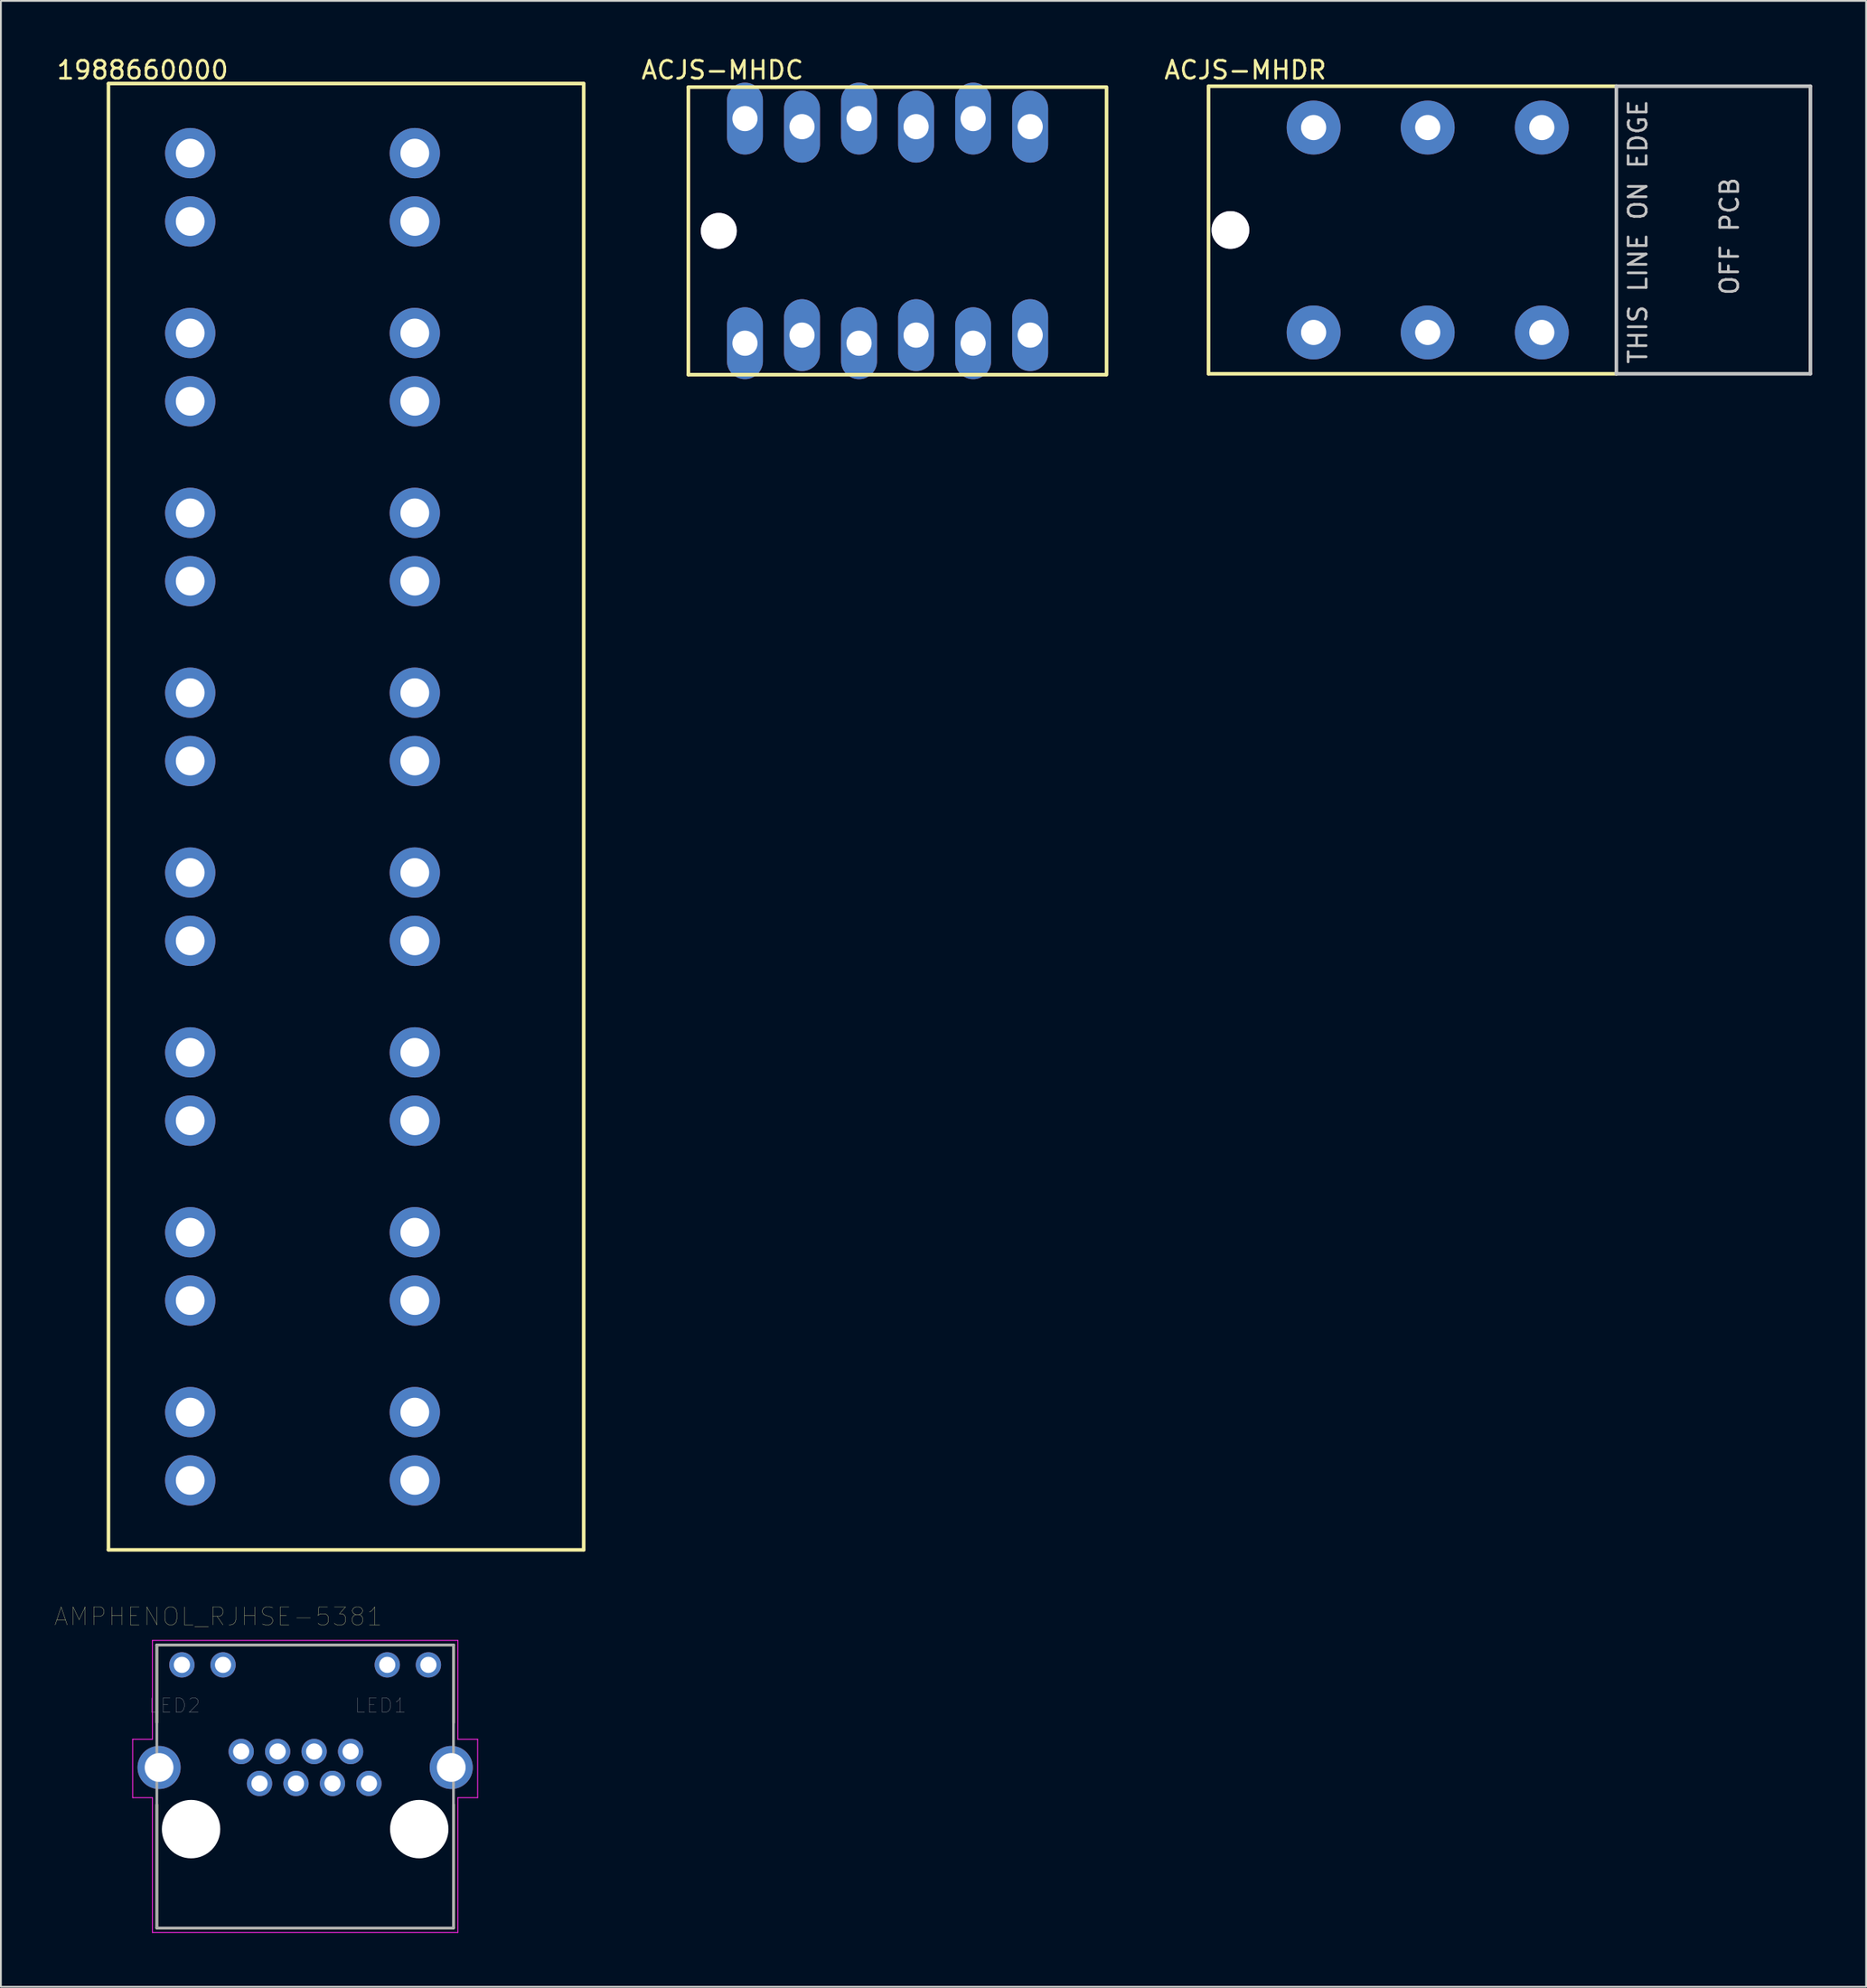
<source format=kicad_pcb>
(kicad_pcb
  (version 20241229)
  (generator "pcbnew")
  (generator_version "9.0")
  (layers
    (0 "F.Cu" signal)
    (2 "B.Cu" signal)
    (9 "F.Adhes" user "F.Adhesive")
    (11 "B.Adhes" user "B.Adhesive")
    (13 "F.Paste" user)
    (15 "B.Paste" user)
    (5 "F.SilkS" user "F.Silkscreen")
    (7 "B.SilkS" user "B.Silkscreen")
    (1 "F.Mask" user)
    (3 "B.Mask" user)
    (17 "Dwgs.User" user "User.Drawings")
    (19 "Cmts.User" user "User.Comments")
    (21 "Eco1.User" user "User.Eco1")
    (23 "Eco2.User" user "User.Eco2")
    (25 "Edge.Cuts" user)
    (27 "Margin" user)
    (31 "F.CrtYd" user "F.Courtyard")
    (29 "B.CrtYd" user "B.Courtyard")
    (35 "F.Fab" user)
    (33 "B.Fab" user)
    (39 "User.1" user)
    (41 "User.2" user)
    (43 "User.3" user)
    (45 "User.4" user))
  (footprint "ACJS-MHDC"
    (layer "F.Cu")
    (at 44.762 9.798)
    (property "Reference" "ACJS-MHDC" (at -7.6 -8.95 0) (layer "F.SilkS") (effects (font (size 1 1) (thickness 0.15))))
    (attr through_hole)
    (fp_line (start -9.5 -8) (end -9.5 8) (stroke (width 0.2) (type solid)) (layer "F.SilkS"))
    (fp_line (start 13.75 -8) (end -9.5 -8) (stroke (width 0.2) (type solid)) (layer "F.SilkS"))
    (fp_line (start 13.75 8) (end -9.5 8) (stroke (width 0.2) (type solid)) (layer "F.SilkS"))
    (fp_line (start 13.775 -8) (end 13.775 8) (stroke (width 0.2) (type solid)) (layer "F.SilkS"))
    (pad "1" thru_hole oval (at 9.525 5.8 270) (size 4 2) (drill 1.4) (layers "*.Cu" "*.Mask"))
    (pad "2" thru_hole oval (at 3.175 5.8 270) (size 4 2) (drill 1.4) (layers "*.Cu" "*.Mask"))
    (pad "3" thru_hole oval (at -3.175 5.8 270) (size 4 2) (drill 1.4) (layers "*.Cu" "*.Mask"))
    (pad "4" thru_hole oval (at 9.525 -5.8 270) (size 4 2) (drill 1.4) (layers "*.Cu" "*.Mask"))
    (pad "5" thru_hole oval (at 3.175 -5.8 270) (size 4 2) (drill 1.4) (layers "*.Cu" "*.Mask"))
    (pad "6" thru_hole oval (at -3.175 -5.8 270) (size 4 2) (drill 1.4) (layers "*.Cu" "*.Mask"))
    (pad "7" thru_hole oval (at 6.35 6.25 270) (size 4 2) (drill 1.4) (layers "*.Cu" "*.Mask"))
    (pad "8" thru_hole oval (at 0 6.25 270) (size 4 2) (drill 1.4) (layers "*.Cu" "*.Mask"))
    (pad "9" thru_hole oval (at -6.35 6.25 270) (size 4 2) (drill 1.4) (layers "*.Cu" "*.Mask"))
    (pad "10" thru_hole oval (at 6.35 -6.25 270) (size 4 2) (drill 1.4) (layers "*.Cu" "*.Mask"))
    (pad "11" thru_hole oval (at 0 -6.25 270) (size 4 2) (drill 1.4) (layers "*.Cu" "*.Mask"))
    (pad "12" thru_hole oval (at -6.35 -6.25 270) (size 4 2) (drill 1.4) (layers "*.Cu" "*.Mask"))
    (pad "13" thru_hole oval (at -7.805 0 270) (size 2 2) (drill 2) (layers "*.Cu" "*.Mask")))
  (footprint "ACJS-MHDR"
    (layer "F.Cu")
    (at 76.412 9.748)
    (property "Reference" "ACJS-MHDR" (at -10.15 -8.9 0) (layer "F.SilkS") (effects (font (size 1 1) (thickness 0.15))))
    (attr through_hole)
    (fp_line (start -12.2 -8) (end 10.5 -8) (stroke (width 0.2) (type solid)) (layer "F.SilkS"))
    (fp_line (start -12.2 8) (end -12.2 -8) (stroke (width 0.2) (type solid)) (layer "F.SilkS"))
    (fp_line (start -12.2 8) (end 10.5 8) (stroke (width 0.2) (type solid)) (layer "F.SilkS"))
    (fp_line (start 10.5 -8) (end 10.5 8) (stroke (width 0.2) (type solid)) (layer "Dwgs.User"))
    (fp_line (start 10.5 -8) (end 21.3 -8) (stroke (width 0.2) (type solid)) (layer "Dwgs.User"))
    (fp_line (start 10.5 8) (end 21.3 8) (stroke (width 0.2) (type solid)) (layer "Dwgs.User"))
    (fp_line (start 21.3 -8) (end 21.3 8) (stroke (width 0.2) (type solid)) (layer "Dwgs.User"))
    (fp_text user "OFF PCB" (at 16.8 0.35 90) (layer "Dwgs.User") (effects (font (size 1 1) (thickness 0.15))))
    (fp_text user "THIS LINE ON EDGE" (at 11.7 0.1 90) (layer "Dwgs.User") (effects (font (size 1 1) (thickness 0.15))))
    (pad "1" thru_hole circle (at 6.35 5.7) (size 3 3) (drill 1.4) (layers "*.Cu" "*.Mask"))
    (pad "2" thru_hole circle (at 0 5.7) (size 3 3) (drill 1.4) (layers "*.Cu" "*.Mask"))
    (pad "3" thru_hole circle (at -6.35 5.7) (size 3 3) (drill 1.4) (layers "*.Cu" "*.Mask"))
    (pad "4" thru_hole circle (at 6.35 -5.7) (size 3 3) (drill 1.4) (layers "*.Cu" "*.Mask"))
    (pad "5" thru_hole circle (at 0 -5.7) (size 3 3) (drill 1.4) (layers "*.Cu" "*.Mask"))
    (pad "6" thru_hole circle (at -6.35 -5.7) (size 3 3) (drill 1.4) (layers "*.Cu" "*.Mask"))
    (pad "7" thru_hole circle (at -10.98 0) (size 2.1 2.1) (drill 2.1) (layers "*.Cu" "*.Mask")))
  (footprint "1988660000"
    (layer "F.Cu")
    (at 13.787 42.398)
    (property "Reference" "1988660000" (at -8.9 -41.55 0) (layer "F.SilkS") (effects (font (size 1 1) (thickness 0.15))))
    (attr through_hole)
    (fp_line (start -10.8 40.791) (end -10.8 -40.791) (stroke (width 0.2) (type solid)) (layer "F.SilkS"))
    (fp_line (start 15.65 -40.8) (end -10.8 -40.8) (stroke (width 0.2) (type solid)) (layer "F.SilkS"))
    (fp_line (start 15.65 40.791) (end -10.8 40.791) (stroke (width 0.2) (type solid)) (layer "F.SilkS"))
    (fp_line (start 15.65 40.791) (end 15.65 -40.791) (stroke (width 0.2) (type solid)) (layer "F.SilkS"))
    (pad "1" thru_hole circle (at -6.25 -36.927) (size 2.8 2.8) (drill 1.6) (layers "*.Cu" "*.Mask"))
    (pad "1" thru_hole circle (at -6.25 -33.127) (size 2.8 2.8) (drill 1.6) (layers "*.Cu" "*.Mask"))
    (pad "1" thru_hole circle (at 6.25 -36.927) (size 2.8 2.8) (drill 1.6) (layers "*.Cu" "*.Mask"))
    (pad "1" thru_hole circle (at 6.25 -33.127) (size 2.8 2.8) (drill 1.6) (layers "*.Cu" "*.Mask"))
    (pad "2" thru_hole circle (at -6.25 -26.919) (size 2.8 2.8) (drill 1.6) (layers "*.Cu" "*.Mask"))
    (pad "2" thru_hole circle (at -6.25 -23.119) (size 2.8 2.8) (drill 1.6) (layers "*.Cu" "*.Mask"))
    (pad "2" thru_hole circle (at 6.25 -26.919) (size 2.8 2.8) (drill 1.6) (layers "*.Cu" "*.Mask"))
    (pad "2" thru_hole circle (at 6.25 -23.119) (size 2.8 2.8) (drill 1.6) (layers "*.Cu" "*.Mask"))
    (pad "3" thru_hole circle (at -6.25 -16.911) (size 2.8 2.8) (drill 1.6) (layers "*.Cu" "*.Mask"))
    (pad "3" thru_hole circle (at -6.25 -13.111) (size 2.8 2.8) (drill 1.6) (layers "*.Cu" "*.Mask"))
    (pad "3" thru_hole circle (at 6.25 -16.911) (size 2.8 2.8) (drill 1.6) (layers "*.Cu" "*.Mask"))
    (pad "3" thru_hole circle (at 6.25 -13.111) (size 2.8 2.8) (drill 1.6) (layers "*.Cu" "*.Mask"))
    (pad "4" thru_hole circle (at -6.25 -6.904) (size 2.8 2.8) (drill 1.6) (layers "*.Cu" "*.Mask"))
    (pad "4" thru_hole circle (at -6.25 -3.104) (size 2.8 2.8) (drill 1.6) (layers "*.Cu" "*.Mask"))
    (pad "4" thru_hole circle (at 6.25 -6.904) (size 2.8 2.8) (drill 1.6) (layers "*.Cu" "*.Mask"))
    (pad "4" thru_hole circle (at 6.25 -3.104) (size 2.8 2.8) (drill 1.6) (layers "*.Cu" "*.Mask"))
    (pad "5" thru_hole circle (at -6.25 3.104) (size 2.8 2.8) (drill 1.6) (layers "*.Cu" "*.Mask"))
    (pad "5" thru_hole circle (at -6.25 6.904) (size 2.8 2.8) (drill 1.6) (layers "*.Cu" "*.Mask"))
    (pad "5" thru_hole circle (at 6.25 3.104) (size 2.8 2.8) (drill 1.6) (layers "*.Cu" "*.Mask"))
    (pad "5" thru_hole circle (at 6.25 6.904) (size 2.8 2.8) (drill 1.6) (layers "*.Cu" "*.Mask"))
    (pad "6" thru_hole circle (at -6.25 13.111) (size 2.8 2.8) (drill 1.6) (layers "*.Cu" "*.Mask"))
    (pad "6" thru_hole circle (at -6.25 16.911) (size 2.8 2.8) (drill 1.6) (layers "*.Cu" "*.Mask"))
    (pad "6" thru_hole circle (at 6.25 13.111) (size 2.8 2.8) (drill 1.6) (layers "*.Cu" "*.Mask"))
    (pad "6" thru_hole circle (at 6.25 16.911) (size 2.8 2.8) (drill 1.6) (layers "*.Cu" "*.Mask"))
    (pad "7" thru_hole circle (at -6.25 23.119) (size 2.8 2.8) (drill 1.6) (layers "*.Cu" "*.Mask"))
    (pad "7" thru_hole circle (at -6.25 26.919) (size 2.8 2.8) (drill 1.6) (layers "*.Cu" "*.Mask"))
    (pad "7" thru_hole circle (at 6.25 23.119) (size 2.8 2.8) (drill 1.6) (layers "*.Cu" "*.Mask"))
    (pad "7" thru_hole circle (at 6.25 26.919) (size 2.8 2.8) (drill 1.6) (layers "*.Cu" "*.Mask"))
    (pad "8" thru_hole circle (at -6.25 33.127) (size 2.8 2.8) (drill 1.6) (layers "*.Cu" "*.Mask"))
    (pad "8" thru_hole circle (at -6.25 36.927) (size 2.8 2.8) (drill 1.6) (layers "*.Cu" "*.Mask"))
    (pad "8" thru_hole circle (at 6.25 33.127) (size 2.8 2.8) (drill 1.6) (layers "*.Cu" "*.Mask"))
    (pad "8" thru_hole circle (at 6.25 36.927) (size 2.8 2.8) (drill 1.6) (layers "*.Cu" "*.Mask")))
  (footprint "AMPHENOL_RJHSE-5381"
    (layer "F.Cu")
    (at 13.934 98.729)
    (property "Reference" "AMPHENOL_RJHSE-5381" (at -4.833 -11.827 0) (layer "F.SilkS") (effects (font (size 1.001 1.001) (thickness 0.015))))
    (attr through_hole)
    (fp_line (start -8.255 -10.25) (end 8.255 -10.25) (stroke (width 0.152) (type solid)) (layer "F.SilkS"))
    (fp_line (start -8.255 -5.93) (end -8.255 -10.25) (stroke (width 0.152) (type solid)) (layer "F.SilkS"))
    (fp_line (start -8.255 5.5) (end -8.255 -1.36) (stroke (width 0.152) (type solid)) (layer "F.SilkS"))
    (fp_line (start 8.255 -10.25) (end 8.255 -5.93) (stroke (width 0.152) (type solid)) (layer "F.SilkS"))
    (fp_line (start 8.255 -1.36) (end 8.255 5.5) (stroke (width 0.152) (type solid)) (layer "F.SilkS"))
    (fp_line (start 8.255 5.5) (end -8.255 5.5) (stroke (width 0.152) (type solid)) (layer "F.SilkS"))
    (fp_line (start -9.6 -5) (end -8.5 -5) (stroke (width 0.05) (type solid)) (layer "F.CrtYd"))
    (fp_line (start -9.6 -1.75) (end -9.6 -5) (stroke (width 0.05) (type solid)) (layer "F.CrtYd"))
    (fp_line (start -8.5 -10.5) (end 8.5 -10.5) (stroke (width 0.05) (type solid)) (layer "F.CrtYd"))
    (fp_line (start -8.5 -5) (end -8.5 -10.5) (stroke (width 0.05) (type solid)) (layer "F.CrtYd"))
    (fp_line (start -8.5 -1.75) (end -9.6 -1.75) (stroke (width 0.05) (type solid)) (layer "F.CrtYd"))
    (fp_line (start -8.5 5.75) (end -8.5 -1.75) (stroke (width 0.05) (type solid)) (layer "F.CrtYd"))
    (fp_line (start 8.5 -10.5) (end 8.5 -5) (stroke (width 0.05) (type solid)) (layer "F.CrtYd"))
    (fp_line (start 8.5 -5) (end 9.6 -5) (stroke (width 0.05) (type solid)) (layer "F.CrtYd"))
    (fp_line (start 8.5 -1.75) (end 8.5 5.75) (stroke (width 0.05) (type solid)) (layer "F.CrtYd"))
    (fp_line (start 8.5 5.75) (end -8.5 5.75) (stroke (width 0.05) (type solid)) (layer "F.CrtYd"))
    (fp_line (start 9.6 -5) (end 9.6 -1.75) (stroke (width 0.05) (type solid)) (layer "F.CrtYd"))
    (fp_line (start 9.6 -1.75) (end 8.5 -1.75) (stroke (width 0.05) (type solid)) (layer "F.CrtYd"))
    (fp_line (start -8.255 -10.25) (end 8.255 -10.25) (stroke (width 0.152) (type solid)) (layer "F.Fab"))
    (fp_line (start -8.255 5.5) (end -8.255 -10.25) (stroke (width 0.152) (type solid)) (layer "F.Fab"))
    (fp_line (start 8.255 -10.25) (end 8.255 5.5) (stroke (width 0.152) (type solid)) (layer "F.Fab"))
    (fp_line (start 8.255 5.5) (end -8.255 5.5) (stroke (width 0.152) (type solid)) (layer "F.Fab"))
    (fp_text user "LED1" (at 4.204 -6.879 0) (layer "F.Fab") (effects (font (size 0.802 0.802) (thickness 0.015))))
    (fp_text user "LED2" (at -7.272 -6.87 0) (layer "F.Fab") (effects (font (size 0.801 0.801) (thickness 0.015))))
    (pad "" np_thru_hole circle (at -6.35 0) (size 3.25 3.25) (drill 3.25) (layers "*.Cu" "*.Mask"))
    (pad "" np_thru_hole circle (at 6.35 0) (size 3.25 3.25) (drill 3.25) (layers "*.Cu" "*.Mask"))
    (pad "1" thru_hole circle (at 3.55 -2.54) (size 1.408 1.408) (drill 0.9) (layers "*.Cu" "*.Mask"))
    (pad "2" thru_hole circle (at 2.53 -4.32) (size 1.408 1.408) (drill 0.9) (layers "*.Cu" "*.Mask"))
    (pad "3" thru_hole circle (at 1.52 -2.54) (size 1.408 1.408) (drill 0.9) (layers "*.Cu" "*.Mask"))
    (pad "4" thru_hole circle (at 0.5 -4.32) (size 1.408 1.408) (drill 0.9) (layers "*.Cu" "*.Mask"))
    (pad "5" thru_hole circle (at -0.51 -2.54) (size 1.408 1.408) (drill 0.9) (layers "*.Cu" "*.Mask"))
    (pad "6" thru_hole circle (at -1.53 -4.32) (size 1.408 1.408) (drill 0.9) (layers "*.Cu" "*.Mask"))
    (pad "7" thru_hole circle (at -2.54 -2.54) (size 1.408 1.408) (drill 0.9) (layers "*.Cu" "*.Mask"))
    (pad "8" thru_hole circle (at -3.56 -4.32) (size 1.408 1.408) (drill 0.9) (layers "*.Cu" "*.Mask"))
    (pad "9" thru_hole circle (at 6.86 -9.14) (size 1.408 1.408) (drill 0.9) (layers "*.Cu" "*.Mask"))
    (pad "10" thru_hole circle (at 4.57 -9.14) (size 1.408 1.408) (drill 0.9) (layers "*.Cu" "*.Mask"))
    (pad "11" thru_hole circle (at -4.57 -9.14) (size 1.408 1.408) (drill 0.9) (layers "*.Cu" "*.Mask"))
    (pad "12" thru_hole circle (at -6.86 -9.14) (size 1.408 1.408) (drill 0.9) (layers "*.Cu" "*.Mask"))
    (pad "S1" thru_hole circle (at 8.13 -3.43) (size 2.4 2.4) (drill 1.6) (layers "*.Cu" "*.Mask"))
    (pad "S2" thru_hole circle (at -8.13 -3.43) (size 2.4 2.4) (drill 1.6) (layers "*.Cu" "*.Mask")))
  (gr_rect
    (start -3 -3)
    (end 100.812 107.504)
    (stroke (width 0.1) (type default))
    (fill no)
    (layer "Edge.Cuts")))
</source>
